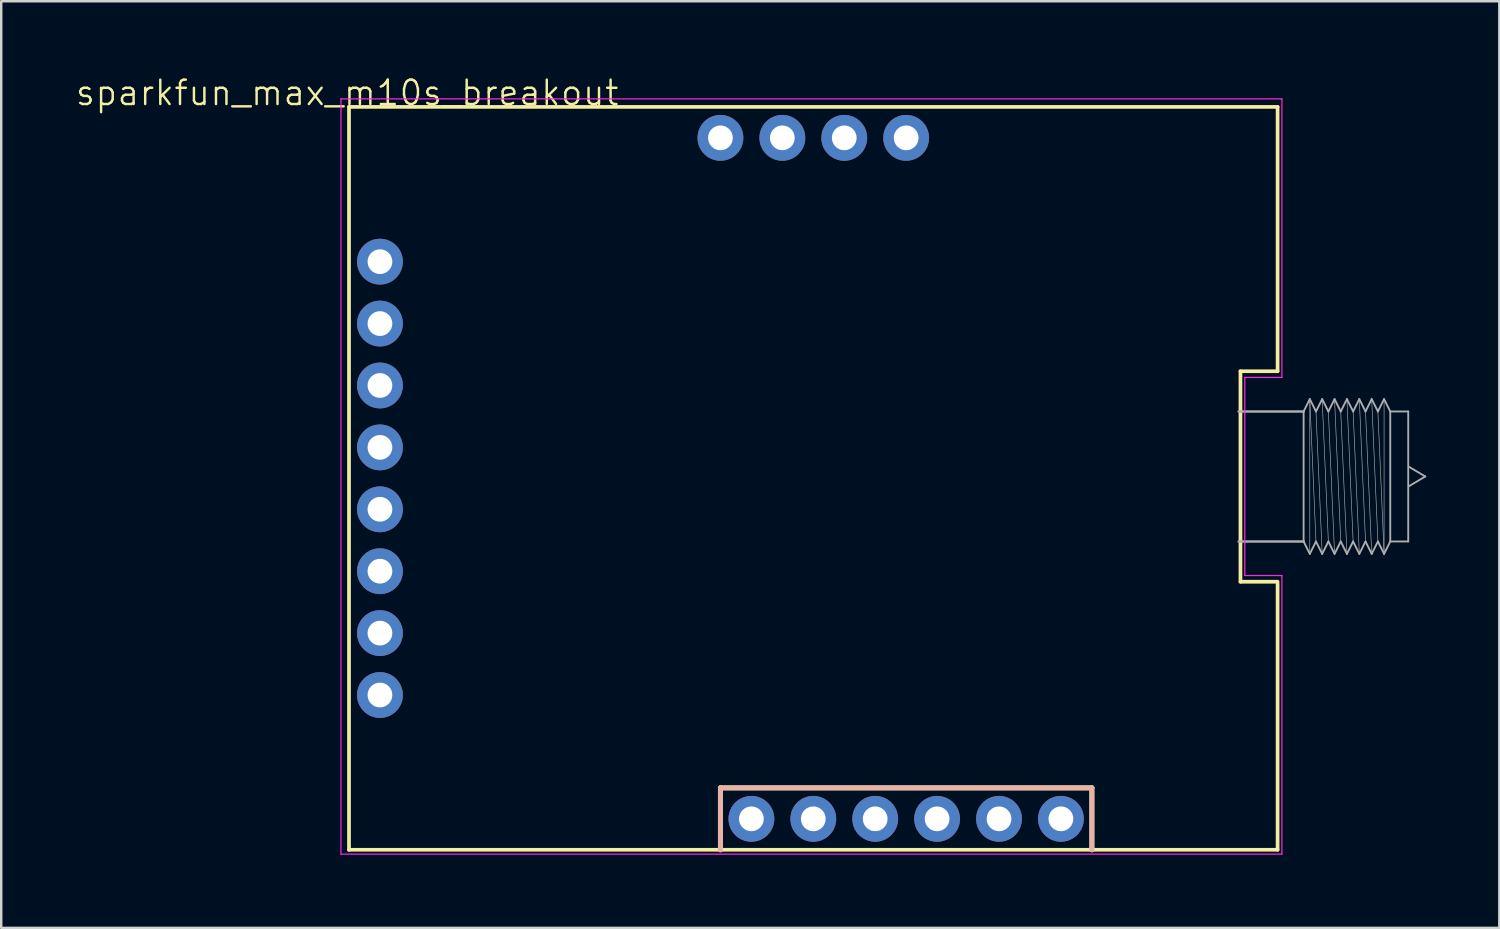
<source format=kicad_pcb>
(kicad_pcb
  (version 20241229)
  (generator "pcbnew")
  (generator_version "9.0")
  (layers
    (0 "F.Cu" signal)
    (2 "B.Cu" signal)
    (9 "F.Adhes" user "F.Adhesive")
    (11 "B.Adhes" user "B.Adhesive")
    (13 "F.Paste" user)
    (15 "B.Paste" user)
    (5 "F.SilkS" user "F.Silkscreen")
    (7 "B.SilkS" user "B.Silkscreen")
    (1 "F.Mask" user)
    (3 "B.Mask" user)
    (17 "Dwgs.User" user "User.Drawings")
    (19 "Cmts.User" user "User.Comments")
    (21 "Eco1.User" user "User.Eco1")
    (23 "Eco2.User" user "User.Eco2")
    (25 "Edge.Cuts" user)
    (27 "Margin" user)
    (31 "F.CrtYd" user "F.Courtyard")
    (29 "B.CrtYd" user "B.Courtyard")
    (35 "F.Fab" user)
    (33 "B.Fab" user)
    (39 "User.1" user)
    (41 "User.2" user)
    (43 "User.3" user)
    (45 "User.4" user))
  (footprint "sparkfun_max_m10s_breakout"
    (layer "F.Cu")
    (at 11.193 1.26)
    (property "Reference" "sparkfun_max_m10s_breakout" (at 0 -0.5 0) (unlocked yes) (layer "F.SilkS") (effects (font (size 1 1) (thickness 0.1))))
    (attr smd)
    (fp_line (start 0.076 0.076) (end 38.176 0.076) (stroke (width 0.152) (type solid)) (layer "F.SilkS"))
    (fp_line (start 0.076 30.556) (end 0.076 0.076) (stroke (width 0.152) (type solid)) (layer "F.SilkS"))
    (fp_line (start 15.316 28.016) (end 30.556 28.016) (stroke (width 0.203) (type solid)) (layer "F.SilkS"))
    (fp_line (start 15.316 30.556) (end 15.316 28.016) (stroke (width 0.203) (type solid)) (layer "F.SilkS"))
    (fp_line (start 30.556 28.016) (end 30.556 30.556) (stroke (width 0.203) (type solid)) (layer "F.SilkS"))
    (fp_line (start 36.652 10.922) (end 36.652 19.558) (stroke (width 0.152) (type solid)) (layer "F.SilkS"))
    (fp_line (start 36.652 19.558) (end 38.176 19.558) (stroke (width 0.152) (type solid)) (layer "F.SilkS"))
    (fp_line (start 38.176 10.922) (end 36.652 10.922) (stroke (width 0.152) (type solid)) (layer "F.SilkS"))
    (fp_line (start 38.176 10.922) (end 38.176 0.076) (stroke (width 0.152) (type solid)) (layer "F.SilkS"))
    (fp_line (start 38.176 30.556) (end 0.076 30.556) (stroke (width 0.152) (type solid)) (layer "F.SilkS"))
    (fp_line (start 38.176 30.556) (end 38.176 19.634) (stroke (width 0.152) (type solid)) (layer "F.SilkS"))
    (fp_line (start 15.316 28.016) (end 30.556 28.016) (stroke (width 0.203) (type solid)) (layer "B.SilkS"))
    (fp_line (start 15.316 30.556) (end 15.316 28.016) (stroke (width 0.203) (type solid)) (layer "B.SilkS"))
    (fp_line (start 30.556 28.016) (end 30.556 30.556) (stroke (width 0.203) (type solid)) (layer "B.SilkS"))
    (fp_line (start -0.254 -0.254) (end -0.254 30.734) (stroke (width 0.05) (type default)) (layer "F.CrtYd"))
    (fp_line (start -0.254 30.734) (end 38.354 30.734) (stroke (width 0.05) (type default)) (layer "F.CrtYd"))
    (fp_line (start 36.83 11.176) (end 38.354 11.176) (stroke (width 0.05) (type default)) (layer "F.CrtYd"))
    (fp_line (start 36.83 19.304) (end 36.83 11.176) (stroke (width 0.05) (type default)) (layer "F.CrtYd"))
    (fp_line (start 38.354 -0.254) (end -0.254 -0.254) (stroke (width 0.05) (type default)) (layer "F.CrtYd"))
    (fp_line (start 38.354 11.176) (end 38.354 -0.254) (stroke (width 0.05) (type default)) (layer "F.CrtYd"))
    (fp_line (start 38.354 19.304) (end 36.83 19.304) (stroke (width 0.05) (type default)) (layer "F.CrtYd"))
    (fp_line (start 38.354 30.734) (end 38.354 19.304) (stroke (width 0.05) (type default)) (layer "F.CrtYd"))
    (fp_line (start 36.576 12.573) (end 39.243 12.573) (stroke (width 0.1) (type default)) (layer "F.Fab"))
    (fp_line (start 36.576 17.907) (end 39.243 17.907) (stroke (width 0.1) (type solid)) (layer "F.Fab"))
    (fp_line (start 39.243 12.573) (end 39.243 17.907) (stroke (width 0.076) (type solid)) (layer "F.Fab"))
    (fp_line (start 39.243 12.573) (end 39.497 12.065) (stroke (width 0.076) (type solid)) (layer "F.Fab"))
    (fp_line (start 39.497 12.065) (end 39.497 18.415) (stroke (width 0.025) (type solid)) (layer "F.Fab"))
    (fp_line (start 39.497 12.065) (end 39.751 12.573) (stroke (width 0.076) (type solid)) (layer "F.Fab"))
    (fp_line (start 39.497 12.065) (end 39.751 17.907) (stroke (width 0.025) (type solid)) (layer "F.Fab"))
    (fp_line (start 39.497 18.415) (end 39.243 17.907) (stroke (width 0.076) (type solid)) (layer "F.Fab"))
    (fp_line (start 39.751 12.573) (end 40.005 12.065) (stroke (width 0.076) (type solid)) (layer "F.Fab"))
    (fp_line (start 39.751 12.573) (end 40.005 18.415) (stroke (width 0.025) (type solid)) (layer "F.Fab"))
    (fp_line (start 39.751 17.907) (end 39.497 18.415) (stroke (width 0.076) (type solid)) (layer "F.Fab"))
    (fp_line (start 40.005 12.065) (end 40.259 12.573) (stroke (width 0.076) (type solid)) (layer "F.Fab"))
    (fp_line (start 40.005 12.065) (end 40.259 17.907) (stroke (width 0.025) (type solid)) (layer "F.Fab"))
    (fp_line (start 40.005 18.415) (end 39.751 17.907) (stroke (width 0.076) (type solid)) (layer "F.Fab"))
    (fp_line (start 40.259 12.573) (end 40.513 12.065) (stroke (width 0.076) (type solid)) (layer "F.Fab"))
    (fp_line (start 40.259 12.573) (end 40.513 18.415) (stroke (width 0.025) (type solid)) (layer "F.Fab"))
    (fp_line (start 40.259 17.907) (end 40.005 18.415) (stroke (width 0.076) (type solid)) (layer "F.Fab"))
    (fp_line (start 40.513 12.065) (end 40.767 12.573) (stroke (width 0.076) (type solid)) (layer "F.Fab"))
    (fp_line (start 40.513 12.065) (end 40.767 17.907) (stroke (width 0.025) (type solid)) (layer "F.Fab"))
    (fp_line (start 40.513 18.415) (end 40.259 17.907) (stroke (width 0.076) (type solid)) (layer "F.Fab"))
    (fp_line (start 40.767 12.573) (end 41.021 12.065) (stroke (width 0.076) (type solid)) (layer "F.Fab"))
    (fp_line (start 40.767 12.573) (end 41.021 18.415) (stroke (width 0.025) (type solid)) (layer "F.Fab"))
    (fp_line (start 40.767 17.907) (end 40.513 18.415) (stroke (width 0.076) (type solid)) (layer "F.Fab"))
    (fp_line (start 41.021 12.065) (end 41.275 12.573) (stroke (width 0.076) (type solid)) (layer "F.Fab"))
    (fp_line (start 41.021 12.065) (end 41.275 17.907) (stroke (width 0.025) (type solid)) (layer "F.Fab"))
    (fp_line (start 41.021 18.415) (end 40.767 17.907) (stroke (width 0.076) (type solid)) (layer "F.Fab"))
    (fp_line (start 41.275 12.573) (end 41.529 18.415) (stroke (width 0.025) (type solid)) (layer "F.Fab"))
    (fp_line (start 41.275 17.907) (end 41.021 18.415) (stroke (width 0.076) (type solid)) (layer "F.Fab"))
    (fp_line (start 41.529 12.065) (end 41.275 12.573) (stroke (width 0.076) (type solid)) (layer "F.Fab"))
    (fp_line (start 41.529 12.065) (end 41.783 12.573) (stroke (width 0.076) (type solid)) (layer "F.Fab"))
    (fp_line (start 41.529 12.065) (end 41.783 17.907) (stroke (width 0.025) (type solid)) (layer "F.Fab"))
    (fp_line (start 41.529 18.415) (end 41.275 17.907) (stroke (width 0.076) (type solid)) (layer "F.Fab"))
    (fp_line (start 41.783 12.573) (end 42.037 12.065) (stroke (width 0.076) (type solid)) (layer "F.Fab"))
    (fp_line (start 41.783 12.573) (end 42.037 18.415) (stroke (width 0.025) (type solid)) (layer "F.Fab"))
    (fp_line (start 41.783 17.907) (end 41.529 18.415) (stroke (width 0.076) (type solid)) (layer "F.Fab"))
    (fp_line (start 42.037 12.065) (end 42.291 12.573) (stroke (width 0.076) (type solid)) (layer "F.Fab"))
    (fp_line (start 42.037 12.065) (end 42.291 17.907) (stroke (width 0.025) (type solid)) (layer "F.Fab"))
    (fp_line (start 42.037 18.415) (end 41.783 17.907) (stroke (width 0.076) (type solid)) (layer "F.Fab"))
    (fp_line (start 42.291 12.573) (end 42.545 12.065) (stroke (width 0.076) (type solid)) (layer "F.Fab"))
    (fp_line (start 42.291 12.573) (end 42.545 18.415) (stroke (width 0.025) (type solid)) (layer "F.Fab"))
    (fp_line (start 42.291 17.907) (end 42.037 18.415) (stroke (width 0.076) (type solid)) (layer "F.Fab"))
    (fp_line (start 42.545 12.065) (end 42.799 12.573) (stroke (width 0.076) (type solid)) (layer "F.Fab"))
    (fp_line (start 42.545 18.415) (end 42.291 17.907) (stroke (width 0.076) (type solid)) (layer "F.Fab"))
    (fp_line (start 42.545 18.415) (end 42.545 12.065) (stroke (width 0.025) (type solid)) (layer "F.Fab"))
    (fp_line (start 42.799 12.573) (end 42.799 17.907) (stroke (width 0.076) (type solid)) (layer "F.Fab"))
    (fp_line (start 42.799 12.573) (end 43.536 12.573) (stroke (width 0.076) (type solid)) (layer "F.Fab"))
    (fp_line (start 42.799 17.907) (end 42.545 18.415) (stroke (width 0.076) (type solid)) (layer "F.Fab"))
    (fp_line (start 43.536 12.573) (end 43.536 17.907) (stroke (width 0.076) (type solid)) (layer "F.Fab"))
    (fp_line (start 43.536 17.907) (end 42.799 17.907) (stroke (width 0.076) (type solid)) (layer "F.Fab"))
    (fp_line (start 43.561 14.84) (end 44.235 15.24) (stroke (width 0.076) (type solid)) (layer "F.Fab"))
    (fp_line (start 44.235 15.24) (end 43.561 15.64) (stroke (width 0.076) (type solid)) (layer "F.Fab"))
    (pad "1" thru_hole circle (at 1.346 6.426) (size 1.88 1.88) (drill 1.016) (layers "*.Cu" "*.Mask"))
    (pad "2" thru_hole circle (at 1.346 8.966) (size 1.88 1.88) (drill 1.016) (layers "*.Cu" "*.Mask"))
    (pad "3" thru_hole circle (at 1.346 11.506) (size 1.88 1.88) (drill 1.016) (layers "*.Cu" "*.Mask"))
    (pad "4" thru_hole circle (at 1.346 14.046) (size 1.88 1.88) (drill 1.016) (layers "*.Cu" "*.Mask"))
    (pad "5" thru_hole circle (at 1.346 16.586) (size 1.88 1.88) (drill 1.016) (layers "*.Cu" "*.Mask"))
    (pad "6" thru_hole circle (at 1.346 19.126) (size 1.88 1.88) (drill 1.016) (layers "*.Cu" "*.Mask"))
    (pad "7" thru_hole circle (at 1.346 21.666) (size 1.88 1.88) (drill 1.016) (layers "*.Cu" "*.Mask"))
    (pad "8" thru_hole circle (at 1.346 24.206) (size 1.88 1.88) (drill 1.016) (layers "*.Cu" "*.Mask"))
    (pad "9" thru_hole circle (at 16.586 29.286 90) (size 1.88 1.88) (drill 1.016) (layers "*.Cu" "*.Mask"))
    (pad "10" thru_hole circle (at 19.126 29.286 90) (size 1.88 1.88) (drill 1.016) (layers "*.Cu" "*.Mask"))
    (pad "11" thru_hole circle (at 21.666 29.286 90) (size 1.88 1.88) (drill 1.016) (layers "*.Cu" "*.Mask"))
    (pad "12" thru_hole circle (at 24.206 29.286 90) (size 1.88 1.88) (drill 1.016) (layers "*.Cu" "*.Mask"))
    (pad "13" thru_hole circle (at 26.746 29.286 90) (size 1.88 1.88) (drill 1.016) (layers "*.Cu" "*.Mask"))
    (pad "14" thru_hole circle (at 29.286 29.286 90) (size 1.88 1.88) (drill 1.016) (layers "*.Cu" "*.Mask"))
    (pad "15" thru_hole circle (at 22.936 1.346 270) (size 1.88 1.88) (drill 1.016) (layers "*.Cu" "*.Mask"))
    (pad "16" thru_hole circle (at 20.396 1.346 270) (size 1.88 1.88) (drill 1.016) (layers "*.Cu" "*.Mask"))
    (pad "17" thru_hole circle (at 17.856 1.346 270) (size 1.88 1.88) (drill 1.016) (layers "*.Cu" "*.Mask"))
    (pad "18" thru_hole circle (at 15.316 1.346 270) (size 1.88 1.88) (drill 1.016) (layers "*.Cu" "*.Mask")))
  (gr_rect
    (start -3 -3)
    (end 58.466 35.02)
    (stroke (width 0.1) (type default))
    (fill no)
    (layer "Edge.Cuts")))
</source>
